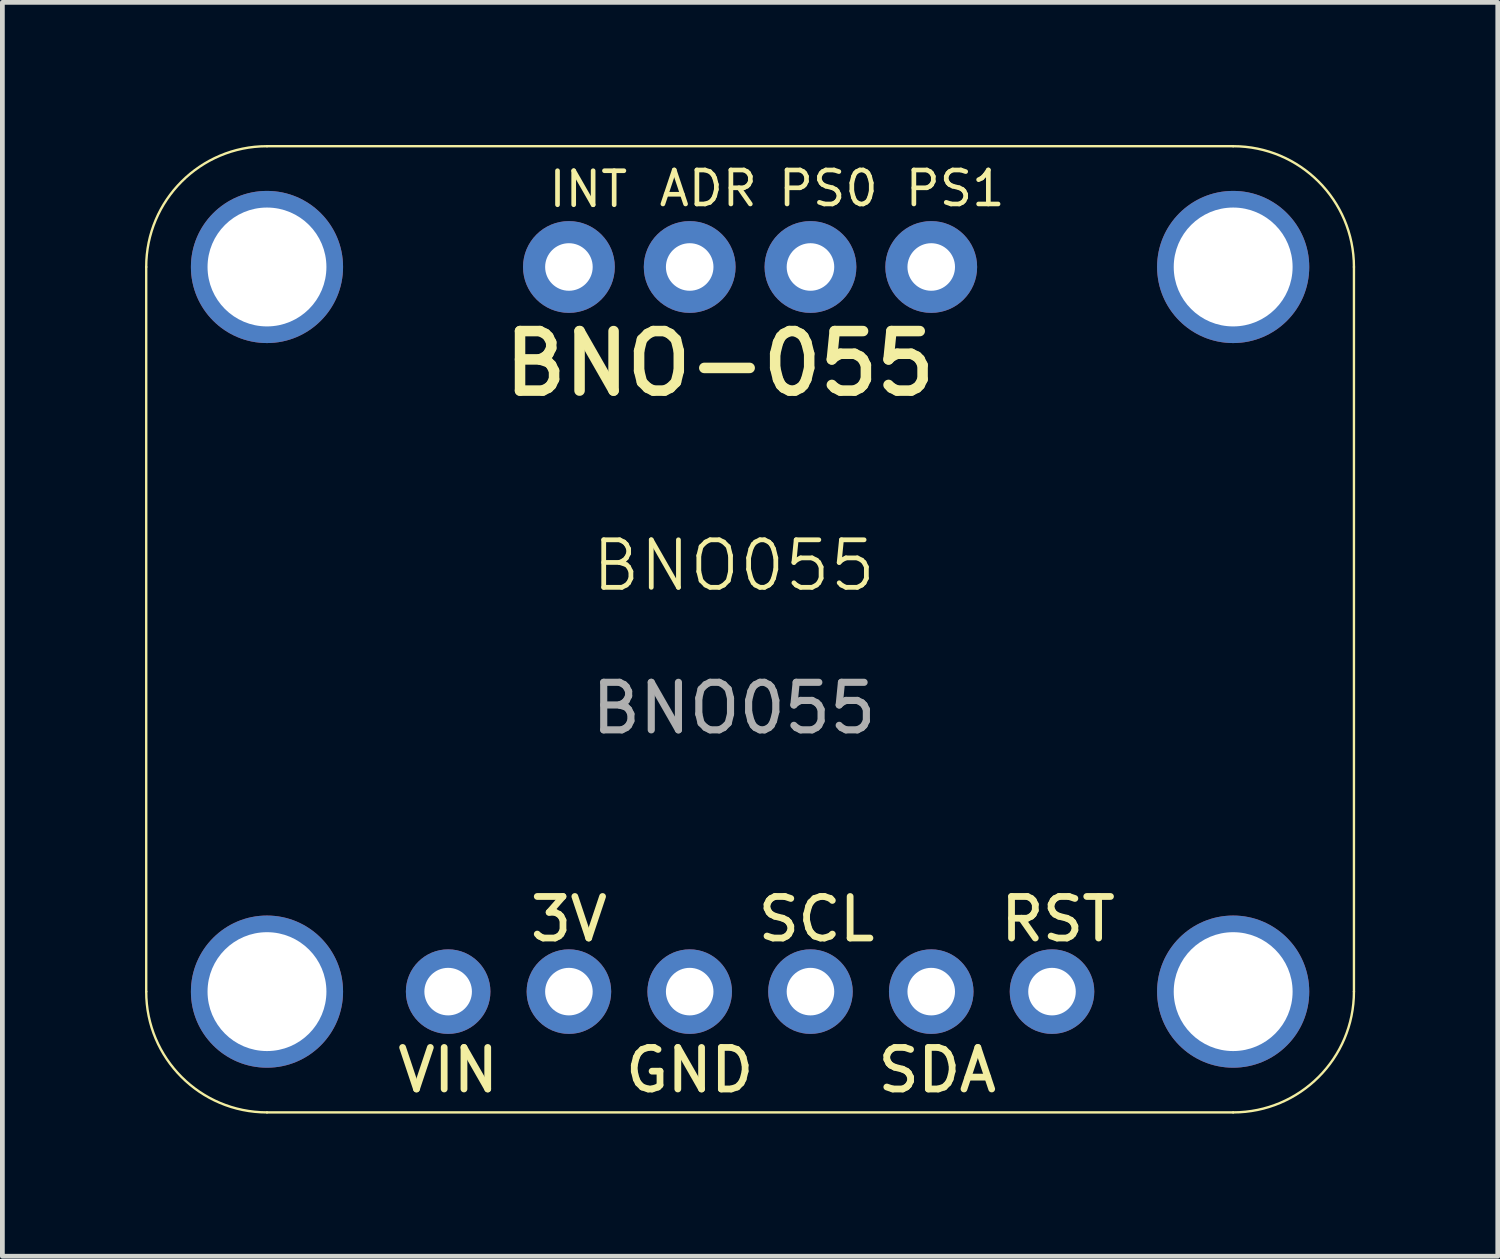
<source format=kicad_pcb>
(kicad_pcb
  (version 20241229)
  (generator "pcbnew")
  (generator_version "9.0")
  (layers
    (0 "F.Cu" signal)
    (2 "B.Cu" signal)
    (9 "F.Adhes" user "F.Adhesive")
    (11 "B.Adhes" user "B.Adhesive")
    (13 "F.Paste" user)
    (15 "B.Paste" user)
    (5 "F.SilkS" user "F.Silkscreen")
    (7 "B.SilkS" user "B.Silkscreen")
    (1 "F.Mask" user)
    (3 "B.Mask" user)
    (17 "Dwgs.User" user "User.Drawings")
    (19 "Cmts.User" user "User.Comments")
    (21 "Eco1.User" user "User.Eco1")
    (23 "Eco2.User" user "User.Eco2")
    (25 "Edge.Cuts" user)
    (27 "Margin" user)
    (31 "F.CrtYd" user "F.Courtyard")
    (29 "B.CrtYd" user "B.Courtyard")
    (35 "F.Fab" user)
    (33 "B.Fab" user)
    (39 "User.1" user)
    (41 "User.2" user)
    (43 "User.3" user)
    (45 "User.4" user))
  (footprint "BNO055"
    (layer "F.Cu")
    (at 12.385 9.345)
    (property "Reference" "BNO055" (at 0 -0.5 0) (unlocked yes) (layer "F.SilkS") (effects (font (size 1 1) (thickness 0.1))))
    (attr through_hole)
    (fp_line (start -12.36 -6.78) (end -12.36 8.46) (stroke (width 0.05) (type solid)) (layer "F.SilkS"))
    (fp_line (start -9.82 11) (end 10.5 11) (stroke (width 0.05) (type solid)) (layer "F.SilkS"))
    (fp_line (start 10.5 -9.32) (end -9.82 -9.32) (stroke (width 0.05) (type solid)) (layer "F.SilkS"))
    (fp_line (start 13.04 8.46) (end 13.04 -6.78) (stroke (width 0.05) (type solid)) (layer "F.SilkS"))
    (fp_arc (start -12.36 -6.78) (mid -11.616051 -8.576051) (end -9.82 -9.32) (stroke (width 0.05) (type solid)) (layer "F.SilkS"))
    (fp_arc (start -9.82 11) (mid -11.616051 10.256051) (end -12.36 8.46) (stroke (width 0.05) (type solid)) (layer "F.SilkS"))
    (fp_arc (start 10.5 -9.32) (mid 12.296051 -8.576051) (end 13.04 -6.78) (stroke (width 0.05) (type solid)) (layer "F.SilkS"))
    (fp_arc (start 13.04 8.46) (mid 12.296051 10.256051) (end 10.5 11) (stroke (width 0.05) (type solid)) (layer "F.SilkS"))
    (fp_text user "PS1" (at 4.653 -8.431 0) (unlocked yes) (layer "F.SilkS") (effects (font (size 0.715 0.715) (thickness 0.098))))
    (fp_text user "PS0" (at 1.986 -8.431 0) (unlocked yes) (layer "F.SilkS") (effects (font (size 0.715 0.715) (thickness 0.098))))
    (fp_text user "SDA" (at 4.277 10.111 0) (unlocked yes) (layer "F.SilkS") (effects (font (size 0.874 0.874) (thickness 0.142))))
    (fp_text user "BNO-055" (at -0.295 -4.748 0) (unlocked yes) (layer "F.SilkS") (effects (font (size 1.252 1.252) (thickness 0.221))))
    (fp_text user "INT" (at -3.063 -8.415 0) (unlocked yes) (layer "F.SilkS") (effects (font (size 0.715 0.715) (thickness 0.098))))
    (fp_text user "GND" (at -0.93 10.111 0) (unlocked yes) (layer "F.SilkS") (effects (font (size 0.874 0.874) (thickness 0.142))))
    (fp_text user "ADR" (at -0.54 -8.431 0) (unlocked yes) (layer "F.SilkS") (effects (font (size 0.715 0.715) (thickness 0.098))))
    (fp_text user "RST" (at 6.817 6.936 0) (unlocked yes) (layer "F.SilkS") (effects (font (size 0.874 0.874) (thickness 0.142))))
    (fp_text user "3V" (at -3.47 6.936 0) (unlocked yes) (layer "F.SilkS") (effects (font (size 0.874 0.874) (thickness 0.142))))
    (fp_text user "VIN" (at -6.01 10.111 0) (unlocked yes) (layer "F.SilkS") (effects (font (size 0.874 0.874) (thickness 0.142))))
    (fp_text user "SCL" (at 1.737 6.936 0) (unlocked yes) (layer "F.SilkS") (effects (font (size 0.874 0.874) (thickness 0.142))))
    (fp_text user "${REFERENCE}" (at 0 2.5 0) (unlocked yes) (layer "F.Fab") (effects (font (size 1 1) (thickness 0.15))))
    (pad "1" thru_hole circle (at -6.01 8.46 90) (size 1.778 1.778) (drill 1) (layers "*.Cu" "*.Mask"))
    (pad "1" thru_hole circle (at -3.47 -6.78 90) (size 1.93 1.93) (drill 1) (layers "*.Cu" "*.Mask"))
    (pad "2" thru_hole circle (at -3.47 8.46 90) (size 1.778 1.778) (drill 1) (layers "*.Cu" "*.Mask"))
    (pad "2" thru_hole circle (at -0.93 -6.78 90) (size 1.93 1.93) (drill 1) (layers "*.Cu" "*.Mask"))
    (pad "3" thru_hole circle (at -0.93 8.46 90) (size 1.778 1.778) (drill 1) (layers "*.Cu" "*.Mask"))
    (pad "3" thru_hole circle (at 1.61 -6.78 90) (size 1.93 1.93) (drill 1) (layers "*.Cu" "*.Mask"))
    (pad "4" thru_hole circle (at 1.61 8.46 90) (size 1.778 1.778) (drill 1) (layers "*.Cu" "*.Mask"))
    (pad "4" thru_hole circle (at 4.15 -6.78 90) (size 1.93 1.93) (drill 1) (layers "*.Cu" "*.Mask"))
    (pad "5" thru_hole circle (at 4.15 8.46 90) (size 1.778 1.778) (drill 1) (layers "*.Cu" "*.Mask"))
    (pad "6" thru_hole circle (at 6.69 8.46 90) (size 1.778 1.778) (drill 1) (layers "*.Cu" "*.Mask"))
    (pad "P$1" thru_hole circle (at -9.82 -6.78) (size 3.2 3.2) (drill 2.5) (layers "*.Cu" "*.Mask"))
    (pad "P$1" thru_hole circle (at -9.82 8.46) (size 3.2 3.2) (drill 2.5) (layers "*.Cu" "*.Mask"))
    (pad "P$1" thru_hole circle (at 10.5 -6.78) (size 3.2 3.2) (drill 2.5) (layers "*.Cu" "*.Mask"))
    (pad "P$1" thru_hole circle (at 10.5 8.46) (size 3.2 3.2) (drill 2.5) (layers "*.Cu" "*.Mask"))
    (zone (net_name "") (layer "F.Cu") (hatch edge 0.5) (connect_pads) (min_thickness 0.25) (filled_areas_thickness no) (keepout (tracks not_allowed) (vias not_allowed) (pads not_allowed) (copperpour not_allowed) (footprints allowed)) (placement (enabled no)) (fill) (polygon (pts (xy 4.581 2.565) (xy 4.561 2.284) (xy 4.503 2.009) (xy 4.407 1.745) (xy 4.275 1.497) (xy 4.109 1.269) (xy 3.914 1.067) (xy 3.692 0.894) (xy 3.449 0.753) (xy 3.188 0.648) (xy 2.915 0.58) (xy 2.635 0.55) (xy 2.354 0.56) (xy 2.077 0.609) (xy 1.81 0.696) (xy 1.557 0.819) (xy 1.324 0.976) (xy 1.115 1.165) (xy 0.934 1.38) (xy 0.785 1.619) (xy 0.671 1.875) (xy 0.593 2.146) (xy 0.554 2.424) (xy 0.554 2.706) (xy 0.593 2.984) (xy 0.671 3.255) (xy 0.785 3.511) (xy 0.934 3.75) (xy 1.115 3.965) (xy 1.324 4.154) (xy 1.557 4.311) (xy 1.81 4.434) (xy 2.077 4.521) (xy 2.354 4.57) (xy 2.635 4.58) (xy 2.915 4.55) (xy 3.188 4.482) (xy 3.449 4.377) (xy 3.692 4.236) (xy 3.914 4.063) (xy 4.109 3.861) (xy 4.275 3.633) (xy 4.407 3.385) (xy 4.503 3.121) (xy 4.561 2.846))) (polygon (pts (xy 2.549 2.565) (xy 2.554 2.576) (xy 2.565 2.581) (xy 2.576 2.576) (xy 2.581 2.565) (xy 2.576 2.554) (xy 2.565 2.549) (xy 2.554 2.554))))
    (zone (net_name "") (layer "F.Cu") (hatch edge 0.5) (connect_pads) (min_thickness 0.25) (filled_areas_thickness no) (keepout (tracks not_allowed) (vias not_allowed) (pads not_allowed) (copperpour not_allowed) (footprints allowed)) (placement (enabled no)) (fill) (polygon (pts (xy 4.581 17.805) (xy 4.561 17.524) (xy 4.503 17.249) (xy 4.407 16.985) (xy 4.275 16.737) (xy 4.109 16.509) (xy 3.914 16.307) (xy 3.692 16.134) (xy 3.449 15.993) (xy 3.188 15.888) (xy 2.915 15.82) (xy 2.635 15.79) (xy 2.354 15.8) (xy 2.077 15.849) (xy 1.81 15.936) (xy 1.557 16.059) (xy 1.324 16.216) (xy 1.115 16.405) (xy 0.934 16.62) (xy 0.785 16.859) (xy 0.671 17.115) (xy 0.593 17.386) (xy 0.554 17.664) (xy 0.554 17.946) (xy 0.593 18.224) (xy 0.671 18.495) (xy 0.785 18.751) (xy 0.934 18.99) (xy 1.115 19.205) (xy 1.324 19.394) (xy 1.557 19.551) (xy 1.81 19.674) (xy 2.077 19.761) (xy 2.354 19.81) (xy 2.635 19.82) (xy 2.915 19.79) (xy 3.188 19.722) (xy 3.449 19.617) (xy 3.692 19.476) (xy 3.914 19.303) (xy 4.109 19.101) (xy 4.275 18.873) (xy 4.407 18.625) (xy 4.503 18.361) (xy 4.561 18.086))) (polygon (pts (xy 2.549 17.805) (xy 2.554 17.816) (xy 2.565 17.821) (xy 2.576 17.816) (xy 2.581 17.805) (xy 2.576 17.794) (xy 2.565 17.789) (xy 2.554 17.794))))
    (zone (net_name "") (layer "F.Cu") (hatch edge 0.5) (connect_pads) (min_thickness 0.25) (filled_areas_thickness no) (keepout (tracks not_allowed) (vias not_allowed) (pads not_allowed) (copperpour not_allowed) (footprints allowed)) (placement (enabled no)) (fill) (polygon (pts (xy 24.901 2.565) (xy 24.881 2.284) (xy 24.823 2.009) (xy 24.727 1.745) (xy 24.595 1.497) (xy 24.429 1.269) (xy 24.234 1.067) (xy 24.012 0.894) (xy 23.769 0.753) (xy 23.508 0.648) (xy 23.235 0.58) (xy 22.955 0.55) (xy 22.674 0.56) (xy 22.397 0.609) (xy 22.13 0.696) (xy 21.877 0.819) (xy 21.644 0.976) (xy 21.435 1.165) (xy 21.254 1.38) (xy 21.105 1.619) (xy 20.991 1.875) (xy 20.913 2.146) (xy 20.874 2.424) (xy 20.874 2.706) (xy 20.913 2.984) (xy 20.991 3.255) (xy 21.105 3.511) (xy 21.254 3.75) (xy 21.435 3.965) (xy 21.644 4.154) (xy 21.877 4.311) (xy 22.13 4.434) (xy 22.397 4.521) (xy 22.674 4.57) (xy 22.955 4.58) (xy 23.235 4.55) (xy 23.508 4.482) (xy 23.769 4.377) (xy 24.012 4.236) (xy 24.234 4.063) (xy 24.429 3.861) (xy 24.595 3.633) (xy 24.727 3.385) (xy 24.823 3.121) (xy 24.881 2.846))) (polygon (pts (xy 22.869 2.565) (xy 22.874 2.576) (xy 22.885 2.581) (xy 22.896 2.576) (xy 22.901 2.565) (xy 22.896 2.554) (xy 22.885 2.549) (xy 22.874 2.554))))
    (zone (net_name "") (layer "F.Cu") (hatch edge 0.5) (connect_pads) (min_thickness 0.25) (filled_areas_thickness no) (keepout (tracks not_allowed) (vias not_allowed) (pads not_allowed) (copperpour not_allowed) (footprints allowed)) (placement (enabled no)) (fill) (polygon (pts (xy 24.901 17.805) (xy 24.881 17.524) (xy 24.823 17.249) (xy 24.727 16.985) (xy 24.595 16.737) (xy 24.429 16.509) (xy 24.234 16.307) (xy 24.012 16.134) (xy 23.769 15.993) (xy 23.508 15.888) (xy 23.235 15.82) (xy 22.955 15.79) (xy 22.674 15.8) (xy 22.397 15.849) (xy 22.13 15.936) (xy 21.877 16.059) (xy 21.644 16.216) (xy 21.435 16.405) (xy 21.254 16.62) (xy 21.105 16.859) (xy 20.991 17.115) (xy 20.913 17.386) (xy 20.874 17.664) (xy 20.874 17.946) (xy 20.913 18.224) (xy 20.991 18.495) (xy 21.105 18.751) (xy 21.254 18.99) (xy 21.435 19.205) (xy 21.644 19.394) (xy 21.877 19.551) (xy 22.13 19.674) (xy 22.397 19.761) (xy 22.674 19.81) (xy 22.955 19.82) (xy 23.235 19.79) (xy 23.508 19.722) (xy 23.769 19.617) (xy 24.012 19.476) (xy 24.234 19.303) (xy 24.429 19.101) (xy 24.595 18.873) (xy 24.727 18.625) (xy 24.823 18.361) (xy 24.881 18.086))) (polygon (pts (xy 22.869 17.805) (xy 22.874 17.816) (xy 22.885 17.821) (xy 22.896 17.816) (xy 22.901 17.805) (xy 22.896 17.794) (xy 22.885 17.789) (xy 22.874 17.794))))
    (zone (net_name "") (layer "B.Cu") (hatch edge 0.5) (connect_pads) (min_thickness 0.25) (filled_areas_thickness no) (keepout (tracks not_allowed) (vias not_allowed) (pads not_allowed) (copperpour not_allowed) (footprints allowed)) (placement (enabled no)) (fill) (polygon (pts (xy 4.581 2.565) (xy 4.561 2.284) (xy 4.503 2.009) (xy 4.407 1.745) (xy 4.275 1.497) (xy 4.109 1.269) (xy 3.914 1.067) (xy 3.692 0.894) (xy 3.449 0.753) (xy 3.188 0.648) (xy 2.915 0.58) (xy 2.635 0.55) (xy 2.354 0.56) (xy 2.077 0.609) (xy 1.81 0.696) (xy 1.557 0.819) (xy 1.324 0.976) (xy 1.115 1.165) (xy 0.934 1.38) (xy 0.785 1.619) (xy 0.671 1.875) (xy 0.593 2.146) (xy 0.554 2.424) (xy 0.554 2.706) (xy 0.593 2.984) (xy 0.671 3.255) (xy 0.785 3.511) (xy 0.934 3.75) (xy 1.115 3.965) (xy 1.324 4.154) (xy 1.557 4.311) (xy 1.81 4.434) (xy 2.077 4.521) (xy 2.354 4.57) (xy 2.635 4.58) (xy 2.915 4.55) (xy 3.188 4.482) (xy 3.449 4.377) (xy 3.692 4.236) (xy 3.914 4.063) (xy 4.109 3.861) (xy 4.275 3.633) (xy 4.407 3.385) (xy 4.503 3.121) (xy 4.561 2.846))) (polygon (pts (xy 2.549 2.565) (xy 2.554 2.576) (xy 2.565 2.581) (xy 2.576 2.576) (xy 2.581 2.565) (xy 2.576 2.554) (xy 2.565 2.549) (xy 2.554 2.554))))
    (zone (net_name "") (layer "B.Cu") (hatch edge 0.5) (connect_pads) (min_thickness 0.25) (filled_areas_thickness no) (keepout (tracks not_allowed) (vias not_allowed) (pads not_allowed) (copperpour not_allowed) (footprints allowed)) (placement (enabled no)) (fill) (polygon (pts (xy 4.581 17.805) (xy 4.561 17.524) (xy 4.503 17.249) (xy 4.407 16.985) (xy 4.275 16.737) (xy 4.109 16.509) (xy 3.914 16.307) (xy 3.692 16.134) (xy 3.449 15.993) (xy 3.188 15.888) (xy 2.915 15.82) (xy 2.635 15.79) (xy 2.354 15.8) (xy 2.077 15.849) (xy 1.81 15.936) (xy 1.557 16.059) (xy 1.324 16.216) (xy 1.115 16.405) (xy 0.934 16.62) (xy 0.785 16.859) (xy 0.671 17.115) (xy 0.593 17.386) (xy 0.554 17.664) (xy 0.554 17.946) (xy 0.593 18.224) (xy 0.671 18.495) (xy 0.785 18.751) (xy 0.934 18.99) (xy 1.115 19.205) (xy 1.324 19.394) (xy 1.557 19.551) (xy 1.81 19.674) (xy 2.077 19.761) (xy 2.354 19.81) (xy 2.635 19.82) (xy 2.915 19.79) (xy 3.188 19.722) (xy 3.449 19.617) (xy 3.692 19.476) (xy 3.914 19.303) (xy 4.109 19.101) (xy 4.275 18.873) (xy 4.407 18.625) (xy 4.503 18.361) (xy 4.561 18.086))) (polygon (pts (xy 2.549 17.805) (xy 2.554 17.816) (xy 2.565 17.821) (xy 2.576 17.816) (xy 2.581 17.805) (xy 2.576 17.794) (xy 2.565 17.789) (xy 2.554 17.794))))
    (zone (net_name "") (layer "B.Cu") (hatch edge 0.5) (connect_pads) (min_thickness 0.25) (filled_areas_thickness no) (keepout (tracks not_allowed) (vias not_allowed) (pads not_allowed) (copperpour not_allowed) (footprints allowed)) (placement (enabled no)) (fill) (polygon (pts (xy 24.901 2.565) (xy 24.881 2.284) (xy 24.823 2.009) (xy 24.727 1.745) (xy 24.595 1.497) (xy 24.429 1.269) (xy 24.234 1.067) (xy 24.012 0.894) (xy 23.769 0.753) (xy 23.508 0.648) (xy 23.235 0.58) (xy 22.955 0.55) (xy 22.674 0.56) (xy 22.397 0.609) (xy 22.13 0.696) (xy 21.877 0.819) (xy 21.644 0.976) (xy 21.435 1.165) (xy 21.254 1.38) (xy 21.105 1.619) (xy 20.991 1.875) (xy 20.913 2.146) (xy 20.874 2.424) (xy 20.874 2.706) (xy 20.913 2.984) (xy 20.991 3.255) (xy 21.105 3.511) (xy 21.254 3.75) (xy 21.435 3.965) (xy 21.644 4.154) (xy 21.877 4.311) (xy 22.13 4.434) (xy 22.397 4.521) (xy 22.674 4.57) (xy 22.955 4.58) (xy 23.235 4.55) (xy 23.508 4.482) (xy 23.769 4.377) (xy 24.012 4.236) (xy 24.234 4.063) (xy 24.429 3.861) (xy 24.595 3.633) (xy 24.727 3.385) (xy 24.823 3.121) (xy 24.881 2.846))) (polygon (pts (xy 22.869 2.565) (xy 22.874 2.576) (xy 22.885 2.581) (xy 22.896 2.576) (xy 22.901 2.565) (xy 22.896 2.554) (xy 22.885 2.549) (xy 22.874 2.554))))
    (zone (net_name "") (layer "B.Cu") (hatch edge 0.5) (connect_pads) (min_thickness 0.25) (filled_areas_thickness no) (keepout (tracks not_allowed) (vias not_allowed) (pads not_allowed) (copperpour not_allowed) (footprints allowed)) (placement (enabled no)) (fill) (polygon (pts (xy 24.901 17.805) (xy 24.881 17.524) (xy 24.823 17.249) (xy 24.727 16.985) (xy 24.595 16.737) (xy 24.429 16.509) (xy 24.234 16.307) (xy 24.012 16.134) (xy 23.769 15.993) (xy 23.508 15.888) (xy 23.235 15.82) (xy 22.955 15.79) (xy 22.674 15.8) (xy 22.397 15.849) (xy 22.13 15.936) (xy 21.877 16.059) (xy 21.644 16.216) (xy 21.435 16.405) (xy 21.254 16.62) (xy 21.105 16.859) (xy 20.991 17.115) (xy 20.913 17.386) (xy 20.874 17.664) (xy 20.874 17.946) (xy 20.913 18.224) (xy 20.991 18.495) (xy 21.105 18.751) (xy 21.254 18.99) (xy 21.435 19.205) (xy 21.644 19.394) (xy 21.877 19.551) (xy 22.13 19.674) (xy 22.397 19.761) (xy 22.674 19.81) (xy 22.955 19.82) (xy 23.235 19.79) (xy 23.508 19.722) (xy 23.769 19.617) (xy 24.012 19.476) (xy 24.234 19.303) (xy 24.429 19.101) (xy 24.595 18.873) (xy 24.727 18.625) (xy 24.823 18.361) (xy 24.881 18.086))) (polygon (pts (xy 22.869 17.805) (xy 22.874 17.816) (xy 22.885 17.821) (xy 22.896 17.816) (xy 22.901 17.805) (xy 22.896 17.794) (xy 22.885 17.789) (xy 22.874 17.794)))))
  (gr_rect
    (start -3 -3)
    (end 28.45 23.37)
    (stroke (width 0.1) (type default))
    (fill no)
    (layer "Edge.Cuts")))
</source>
